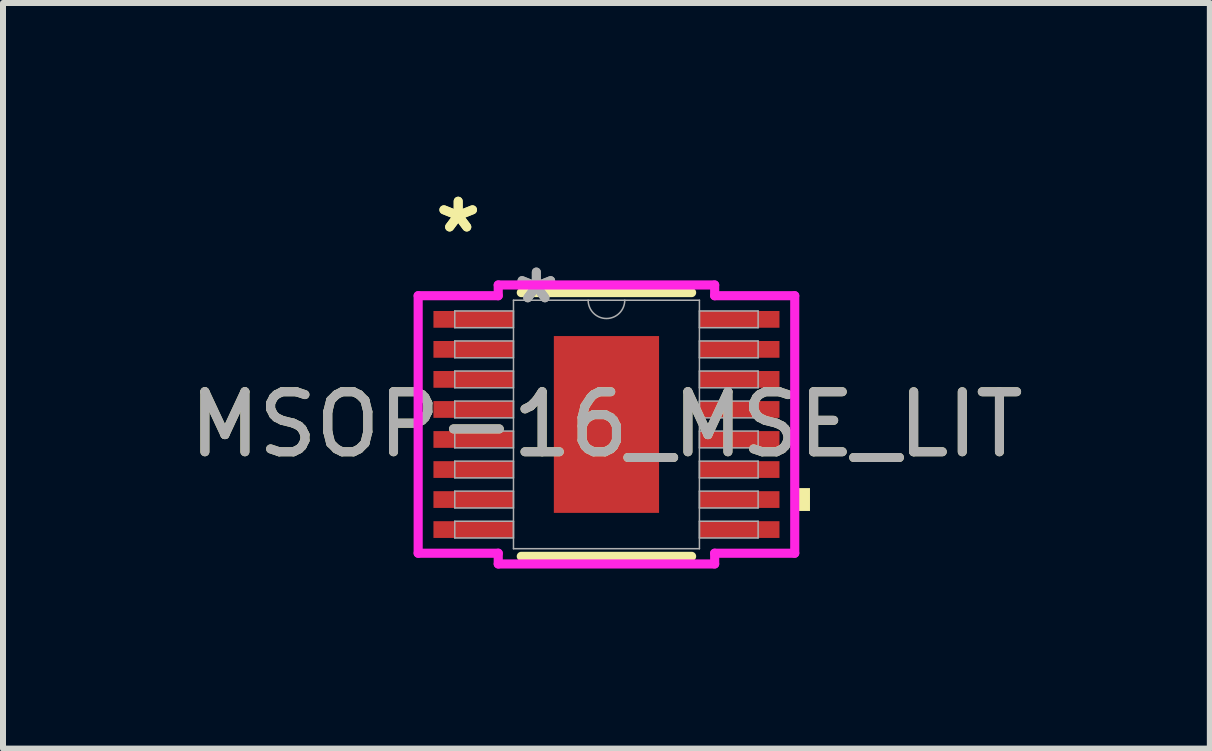
<source format=kicad_pcb>
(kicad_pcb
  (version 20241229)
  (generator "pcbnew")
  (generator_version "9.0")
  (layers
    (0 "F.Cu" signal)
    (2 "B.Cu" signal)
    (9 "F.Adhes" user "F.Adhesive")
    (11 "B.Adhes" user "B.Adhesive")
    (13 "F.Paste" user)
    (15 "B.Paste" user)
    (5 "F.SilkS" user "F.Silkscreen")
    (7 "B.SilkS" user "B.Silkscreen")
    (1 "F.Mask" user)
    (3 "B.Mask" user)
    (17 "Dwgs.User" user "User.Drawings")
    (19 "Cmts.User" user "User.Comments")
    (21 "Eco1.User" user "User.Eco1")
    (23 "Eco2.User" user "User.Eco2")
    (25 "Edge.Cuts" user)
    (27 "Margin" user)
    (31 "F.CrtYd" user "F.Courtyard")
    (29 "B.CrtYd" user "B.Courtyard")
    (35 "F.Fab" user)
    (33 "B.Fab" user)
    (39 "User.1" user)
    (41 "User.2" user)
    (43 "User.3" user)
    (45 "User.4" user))
  (footprint "MSOP-16_MSE_LIT"
    (layer "F.Cu")
    (at 7.054 4.022)
    (property "Reference" "MSOP-16_MSE_LIT" (at 0 0 0) (unlocked yes) (layer "F.SilkS") (effects (font (size 1 1) (thickness 0.15))))
    (attr smd)
    (fp_line (start -1.419 2.197) (end 1.419 2.197) (stroke (width 0.152) (type solid)) (layer "F.SilkS"))
    (fp_line (start 1.419 -2.197) (end -1.419 -2.197) (stroke (width 0.152) (type solid)) (layer "F.SilkS"))
    (fp_poly (pts (xy 3.391 1.06) (xy 3.391 1.441) (xy 3.137 1.441) (xy 3.137 1.06)) (stroke (width 0) (type solid)) (fill yes) (layer "F.SilkS"))
    (fp_poly (pts (xy -0.776 -1.373) (xy -0.776 -0.1) (xy 0.776 -0.1) (xy 0.776 -1.373)) (stroke (width 0) (type solid)) (fill yes) (layer "F.Paste"))
    (fp_poly (pts (xy -0.776 0.1) (xy -0.776 1.373) (xy 0.776 1.373) (xy 0.776 0.1)) (stroke (width 0) (type solid)) (fill yes) (layer "F.Paste"))
    (fp_line (start -3.137 -2.145) (end -1.803 -2.145) (stroke (width 0.152) (type solid)) (layer "F.CrtYd"))
    (fp_line (start -3.137 2.145) (end -3.137 -2.145) (stroke (width 0.152) (type solid)) (layer "F.CrtYd"))
    (fp_line (start -3.137 2.145) (end -1.803 2.145) (stroke (width 0.152) (type solid)) (layer "F.CrtYd"))
    (fp_line (start -1.803 -2.324) (end 1.803 -2.324) (stroke (width 0.152) (type solid)) (layer "F.CrtYd"))
    (fp_line (start -1.803 -2.145) (end -1.803 -2.324) (stroke (width 0.152) (type solid)) (layer "F.CrtYd"))
    (fp_line (start -1.803 2.324) (end -1.803 2.145) (stroke (width 0.152) (type solid)) (layer "F.CrtYd"))
    (fp_line (start 1.803 -2.324) (end 1.803 -2.145) (stroke (width 0.152) (type solid)) (layer "F.CrtYd"))
    (fp_line (start 1.803 2.145) (end 1.803 2.324) (stroke (width 0.152) (type solid)) (layer "F.CrtYd"))
    (fp_line (start 1.803 2.324) (end -1.803 2.324) (stroke (width 0.152) (type solid)) (layer "F.CrtYd"))
    (fp_line (start 3.137 -2.145) (end 1.803 -2.145) (stroke (width 0.152) (type solid)) (layer "F.CrtYd"))
    (fp_line (start 3.137 -2.145) (end 3.137 2.145) (stroke (width 0.152) (type solid)) (layer "F.CrtYd"))
    (fp_line (start 3.137 2.145) (end 1.803 2.145) (stroke (width 0.152) (type solid)) (layer "F.CrtYd"))
    (fp_line (start -2.527 -1.891) (end -2.527 -1.612) (stroke (width 0.025) (type solid)) (layer "F.Fab"))
    (fp_line (start -2.527 -1.612) (end -1.549 -1.612) (stroke (width 0.025) (type solid)) (layer "F.Fab"))
    (fp_line (start -2.527 -1.391) (end -2.527 -1.111) (stroke (width 0.025) (type solid)) (layer "F.Fab"))
    (fp_line (start -2.527 -1.111) (end -1.549 -1.111) (stroke (width 0.025) (type solid)) (layer "F.Fab"))
    (fp_line (start -2.527 -0.89) (end -2.527 -0.611) (stroke (width 0.025) (type solid)) (layer "F.Fab"))
    (fp_line (start -2.527 -0.611) (end -1.549 -0.611) (stroke (width 0.025) (type solid)) (layer "F.Fab"))
    (fp_line (start -2.527 -0.39) (end -2.527 -0.11) (stroke (width 0.025) (type solid)) (layer "F.Fab"))
    (fp_line (start -2.527 -0.11) (end -1.549 -0.11) (stroke (width 0.025) (type solid)) (layer "F.Fab"))
    (fp_line (start -2.527 0.11) (end -2.527 0.39) (stroke (width 0.025) (type solid)) (layer "F.Fab"))
    (fp_line (start -2.527 0.39) (end -1.549 0.39) (stroke (width 0.025) (type solid)) (layer "F.Fab"))
    (fp_line (start -2.527 0.611) (end -2.527 0.89) (stroke (width 0.025) (type solid)) (layer "F.Fab"))
    (fp_line (start -2.527 0.89) (end -1.549 0.89) (stroke (width 0.025) (type solid)) (layer "F.Fab"))
    (fp_line (start -2.527 1.111) (end -2.527 1.391) (stroke (width 0.025) (type solid)) (layer "F.Fab"))
    (fp_line (start -2.527 1.391) (end -1.549 1.391) (stroke (width 0.025) (type solid)) (layer "F.Fab"))
    (fp_line (start -2.527 1.612) (end -2.527 1.891) (stroke (width 0.025) (type solid)) (layer "F.Fab"))
    (fp_line (start -2.527 1.891) (end -1.549 1.891) (stroke (width 0.025) (type solid)) (layer "F.Fab"))
    (fp_line (start -1.549 -2.07) (end -1.549 2.07) (stroke (width 0.025) (type solid)) (layer "F.Fab"))
    (fp_line (start -1.549 -1.891) (end -2.527 -1.891) (stroke (width 0.025) (type solid)) (layer "F.Fab"))
    (fp_line (start -1.549 -1.612) (end -1.549 -1.891) (stroke (width 0.025) (type solid)) (layer "F.Fab"))
    (fp_line (start -1.549 -1.391) (end -2.527 -1.391) (stroke (width 0.025) (type solid)) (layer "F.Fab"))
    (fp_line (start -1.549 -1.111) (end -1.549 -1.391) (stroke (width 0.025) (type solid)) (layer "F.Fab"))
    (fp_line (start -1.549 -0.89) (end -2.527 -0.89) (stroke (width 0.025) (type solid)) (layer "F.Fab"))
    (fp_line (start -1.549 -0.611) (end -1.549 -0.89) (stroke (width 0.025) (type solid)) (layer "F.Fab"))
    (fp_line (start -1.549 -0.39) (end -2.527 -0.39) (stroke (width 0.025) (type solid)) (layer "F.Fab"))
    (fp_line (start -1.549 -0.11) (end -1.549 -0.39) (stroke (width 0.025) (type solid)) (layer "F.Fab"))
    (fp_line (start -1.549 0.11) (end -2.527 0.11) (stroke (width 0.025) (type solid)) (layer "F.Fab"))
    (fp_line (start -1.549 0.39) (end -1.549 0.11) (stroke (width 0.025) (type solid)) (layer "F.Fab"))
    (fp_line (start -1.549 0.611) (end -2.527 0.611) (stroke (width 0.025) (type solid)) (layer "F.Fab"))
    (fp_line (start -1.549 0.89) (end -1.549 0.611) (stroke (width 0.025) (type solid)) (layer "F.Fab"))
    (fp_line (start -1.549 1.111) (end -2.527 1.111) (stroke (width 0.025) (type solid)) (layer "F.Fab"))
    (fp_line (start -1.549 1.391) (end -1.549 1.111) (stroke (width 0.025) (type solid)) (layer "F.Fab"))
    (fp_line (start -1.549 1.612) (end -2.527 1.612) (stroke (width 0.025) (type solid)) (layer "F.Fab"))
    (fp_line (start -1.549 1.891) (end -1.549 1.612) (stroke (width 0.025) (type solid)) (layer "F.Fab"))
    (fp_line (start -1.549 2.07) (end 1.549 2.07) (stroke (width 0.025) (type solid)) (layer "F.Fab"))
    (fp_line (start 1.549 -2.07) (end -1.549 -2.07) (stroke (width 0.025) (type solid)) (layer "F.Fab"))
    (fp_line (start 1.549 -1.891) (end 1.549 -1.612) (stroke (width 0.025) (type solid)) (layer "F.Fab"))
    (fp_line (start 1.549 -1.612) (end 2.527 -1.612) (stroke (width 0.025) (type solid)) (layer "F.Fab"))
    (fp_line (start 1.549 -1.391) (end 1.549 -1.111) (stroke (width 0.025) (type solid)) (layer "F.Fab"))
    (fp_line (start 1.549 -1.111) (end 2.527 -1.111) (stroke (width 0.025) (type solid)) (layer "F.Fab"))
    (fp_line (start 1.549 -0.89) (end 1.549 -0.611) (stroke (width 0.025) (type solid)) (layer "F.Fab"))
    (fp_line (start 1.549 -0.611) (end 2.527 -0.611) (stroke (width 0.025) (type solid)) (layer "F.Fab"))
    (fp_line (start 1.549 -0.39) (end 1.549 -0.11) (stroke (width 0.025) (type solid)) (layer "F.Fab"))
    (fp_line (start 1.549 -0.11) (end 2.527 -0.11) (stroke (width 0.025) (type solid)) (layer "F.Fab"))
    (fp_line (start 1.549 0.11) (end 1.549 0.39) (stroke (width 0.025) (type solid)) (layer "F.Fab"))
    (fp_line (start 1.549 0.39) (end 2.527 0.39) (stroke (width 0.025) (type solid)) (layer "F.Fab"))
    (fp_line (start 1.549 0.611) (end 1.549 0.89) (stroke (width 0.025) (type solid)) (layer "F.Fab"))
    (fp_line (start 1.549 0.89) (end 2.527 0.89) (stroke (width 0.025) (type solid)) (layer "F.Fab"))
    (fp_line (start 1.549 1.111) (end 1.549 1.391) (stroke (width 0.025) (type solid)) (layer "F.Fab"))
    (fp_line (start 1.549 1.391) (end 2.527 1.391) (stroke (width 0.025) (type solid)) (layer "F.Fab"))
    (fp_line (start 1.549 1.612) (end 1.549 1.891) (stroke (width 0.025) (type solid)) (layer "F.Fab"))
    (fp_line (start 1.549 1.891) (end 2.527 1.891) (stroke (width 0.025) (type solid)) (layer "F.Fab"))
    (fp_line (start 1.549 2.07) (end 1.549 -2.07) (stroke (width 0.025) (type solid)) (layer "F.Fab"))
    (fp_line (start 2.527 -1.891) (end 1.549 -1.891) (stroke (width 0.025) (type solid)) (layer "F.Fab"))
    (fp_line (start 2.527 -1.612) (end 2.527 -1.891) (stroke (width 0.025) (type solid)) (layer "F.Fab"))
    (fp_line (start 2.527 -1.391) (end 1.549 -1.391) (stroke (width 0.025) (type solid)) (layer "F.Fab"))
    (fp_line (start 2.527 -1.111) (end 2.527 -1.391) (stroke (width 0.025) (type solid)) (layer "F.Fab"))
    (fp_line (start 2.527 -0.89) (end 1.549 -0.89) (stroke (width 0.025) (type solid)) (layer "F.Fab"))
    (fp_line (start 2.527 -0.611) (end 2.527 -0.89) (stroke (width 0.025) (type solid)) (layer "F.Fab"))
    (fp_line (start 2.527 -0.39) (end 1.549 -0.39) (stroke (width 0.025) (type solid)) (layer "F.Fab"))
    (fp_line (start 2.527 -0.11) (end 2.527 -0.39) (stroke (width 0.025) (type solid)) (layer "F.Fab"))
    (fp_line (start 2.527 0.11) (end 1.549 0.11) (stroke (width 0.025) (type solid)) (layer "F.Fab"))
    (fp_line (start 2.527 0.39) (end 2.527 0.11) (stroke (width 0.025) (type solid)) (layer "F.Fab"))
    (fp_line (start 2.527 0.611) (end 1.549 0.611) (stroke (width 0.025) (type solid)) (layer "F.Fab"))
    (fp_line (start 2.527 0.89) (end 2.527 0.611) (stroke (width 0.025) (type solid)) (layer "F.Fab"))
    (fp_line (start 2.527 1.111) (end 1.549 1.111) (stroke (width 0.025) (type solid)) (layer "F.Fab"))
    (fp_line (start 2.527 1.391) (end 2.527 1.111) (stroke (width 0.025) (type solid)) (layer "F.Fab"))
    (fp_line (start 2.527 1.612) (end 1.549 1.612) (stroke (width 0.025) (type solid)) (layer "F.Fab"))
    (fp_line (start 2.527 1.891) (end 2.527 1.612) (stroke (width 0.025) (type solid)) (layer "F.Fab"))
    (fp_arc (start 0.3048 -2.0701) (mid 0 -1.7653) (end -0.3048 -2.0701) (stroke (width 0.0254) (type solid)) (layer "F.Fab"))
    (fp_text user "*" (at -2.47 -3.174 0) (layer "F.SilkS") (effects (font (size 1 1) (thickness 0.15))))
    (fp_text user "*" (at -2.47 -3.174 0) (unlocked yes) (layer "F.SilkS") (effects (font (size 1 1) (thickness 0.15))))
    (fp_text user "*" (at -1.168 -1.994 0) (unlocked yes) (layer "F.Fab") (effects (font (size 1 1) (thickness 0.15))))
    (fp_text user "${REFERENCE}" (at 0 0 0) (unlocked yes) (layer "F.Fab") (effects (font (size 1 1) (thickness 0.15))))
    (fp_text user "*" (at -1.168 -1.994 0) (layer "F.Fab") (effects (font (size 1 1) (thickness 0.15))))
    (pad "1" smd rect (at -2.216 -1.751) (size 1.333 0.279) (layers "F.Cu" "F.Mask" "F.Paste"))
    (pad "2" smd rect (at -2.216 -1.251) (size 1.333 0.279) (layers "F.Cu" "F.Mask" "F.Paste"))
    (pad "3" smd rect (at -2.216 -0.751) (size 1.333 0.279) (layers "F.Cu" "F.Mask" "F.Paste"))
    (pad "4" smd rect (at -2.216 -0.25) (size 1.333 0.279) (layers "F.Cu" "F.Mask" "F.Paste"))
    (pad "5" smd rect (at -2.216 0.25) (size 1.333 0.279) (layers "F.Cu" "F.Mask" "F.Paste"))
    (pad "6" smd rect (at -2.216 0.751) (size 1.333 0.279) (layers "F.Cu" "F.Mask" "F.Paste"))
    (pad "7" smd rect (at -2.216 1.251) (size 1.333 0.279) (layers "F.Cu" "F.Mask" "F.Paste"))
    (pad "8" smd rect (at -2.216 1.751) (size 1.333 0.279) (layers "F.Cu" "F.Mask" "F.Paste"))
    (pad "9" smd rect (at 2.216 1.751) (size 1.333 0.279) (layers "F.Cu" "F.Mask" "F.Paste"))
    (pad "10" smd rect (at 2.216 1.251) (size 1.333 0.279) (layers "F.Cu" "F.Mask" "F.Paste"))
    (pad "11" smd rect (at 2.216 0.751) (size 1.333 0.279) (layers "F.Cu" "F.Mask" "F.Paste"))
    (pad "12" smd rect (at 2.216 0.25) (size 1.333 0.279) (layers "F.Cu" "F.Mask" "F.Paste"))
    (pad "13" smd rect (at 2.216 -0.25) (size 1.333 0.279) (layers "F.Cu" "F.Mask" "F.Paste"))
    (pad "14" smd rect (at 2.216 -0.751) (size 1.333 0.279) (layers "F.Cu" "F.Mask" "F.Paste"))
    (pad "15" smd rect (at 2.216 -1.251) (size 1.333 0.279) (layers "F.Cu" "F.Mask" "F.Paste"))
    (pad "16" smd rect (at 2.216 -1.751) (size 1.333 0.279) (layers "F.Cu" "F.Mask" "F.Paste"))
    (pad "EPAD" smd rect (at 0 0) (size 1.753 2.946) (layers "F.Cu" "F.Mask")))
  (gr_rect
    (start -3 -3)
    (end 17.107 9.422)
    (stroke (width 0.1) (type default))
    (fill no)
    (layer "Edge.Cuts")))
</source>
